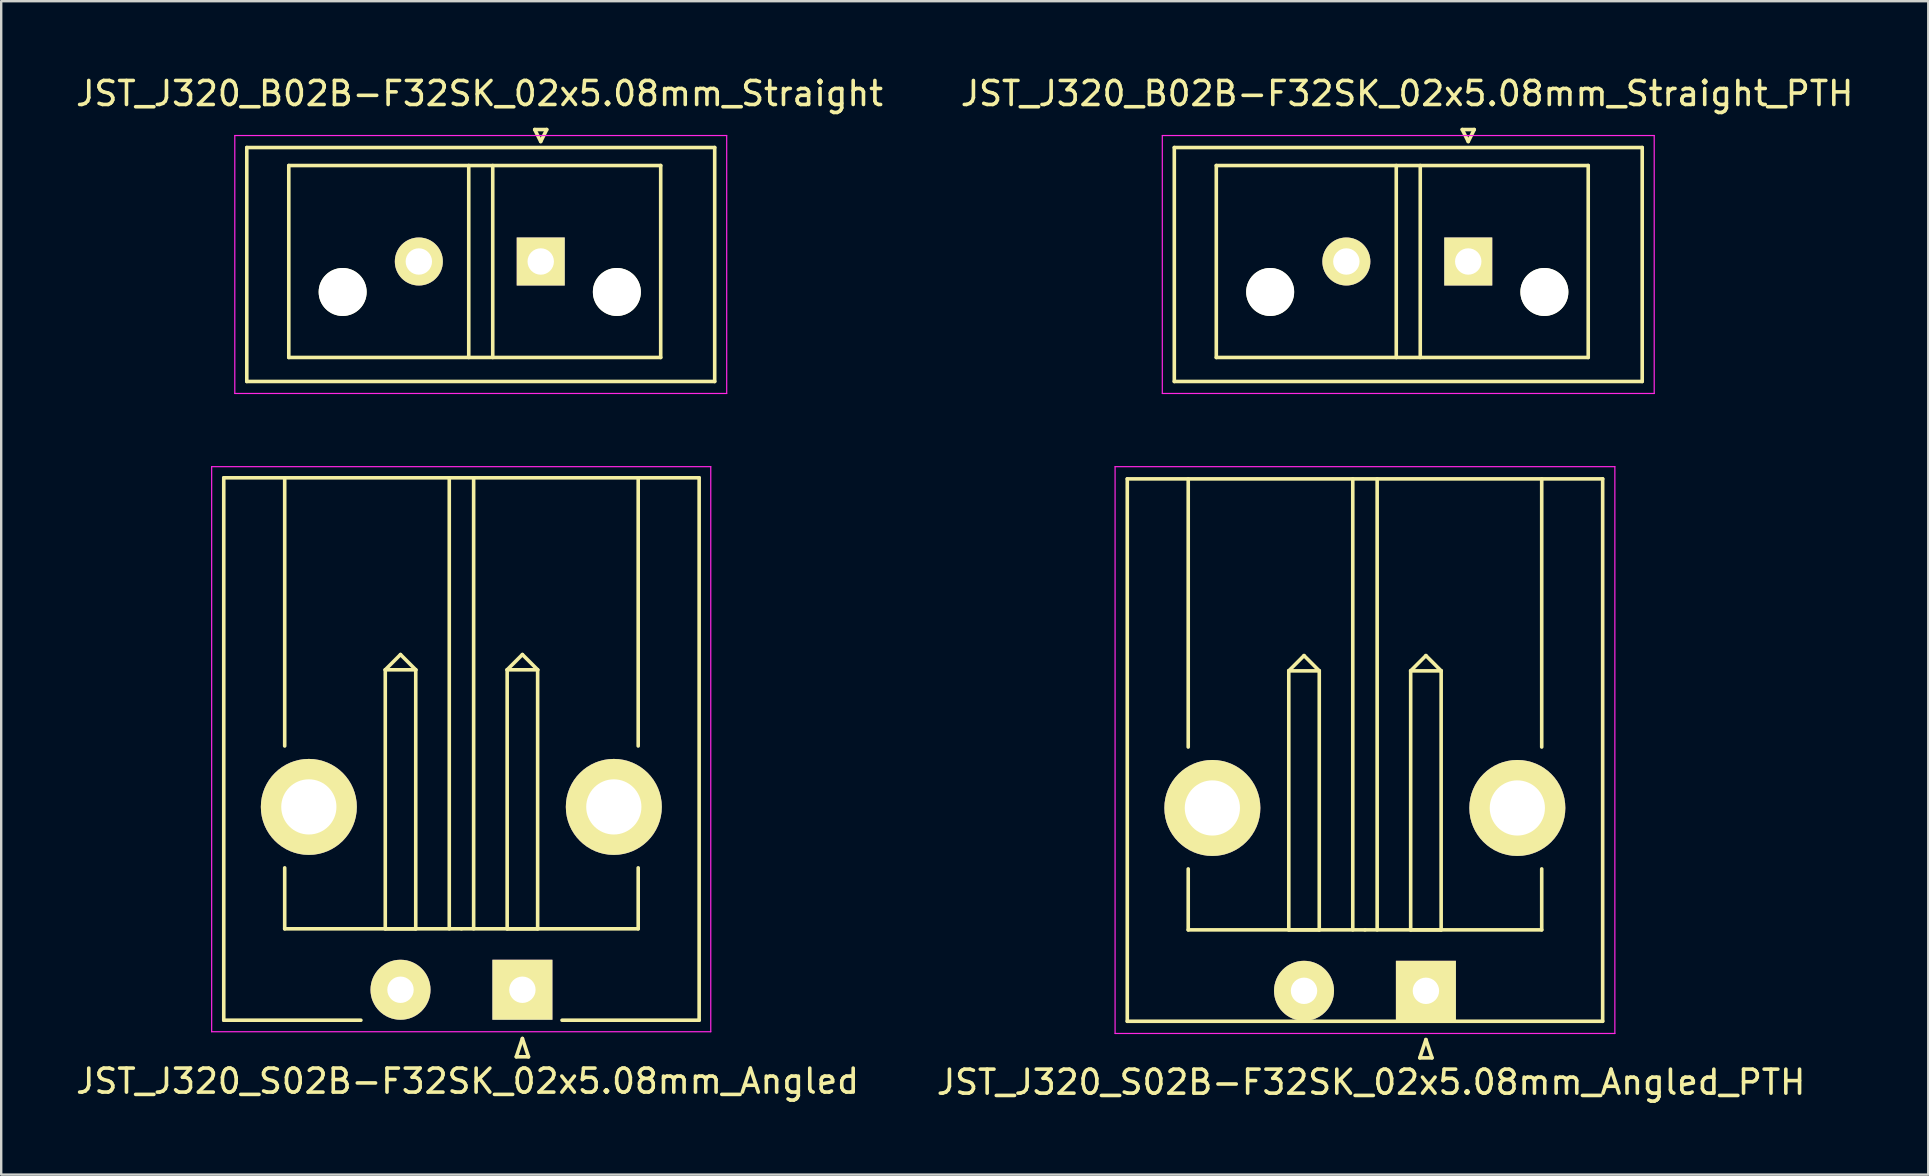
<source format=kicad_pcb>
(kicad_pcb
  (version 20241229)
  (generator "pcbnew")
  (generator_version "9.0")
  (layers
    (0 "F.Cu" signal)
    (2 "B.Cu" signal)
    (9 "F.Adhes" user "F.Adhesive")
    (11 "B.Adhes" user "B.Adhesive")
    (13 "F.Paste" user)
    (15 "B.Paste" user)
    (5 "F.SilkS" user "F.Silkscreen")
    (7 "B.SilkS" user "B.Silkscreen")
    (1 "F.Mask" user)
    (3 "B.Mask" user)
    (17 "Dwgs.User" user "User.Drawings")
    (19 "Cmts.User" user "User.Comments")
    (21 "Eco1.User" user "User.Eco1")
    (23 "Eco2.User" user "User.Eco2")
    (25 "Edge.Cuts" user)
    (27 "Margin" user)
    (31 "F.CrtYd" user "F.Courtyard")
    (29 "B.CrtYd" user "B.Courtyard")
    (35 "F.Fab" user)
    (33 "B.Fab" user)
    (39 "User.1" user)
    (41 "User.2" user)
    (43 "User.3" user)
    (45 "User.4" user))
  (footprint "JST_J320_B02B-F32SK_02x5.08mm_Straight_PTH"
    (layer "F.Cu")
    (at 58.139 7.848)
    (property "Reference" "JST_J320_B02B-F32SK_02x5.08mm_Straight_PTH" (at -2.55 -7 0) (layer "F.SilkS") (effects (font (size 1 1) (thickness 0.15))))
    (attr through_hole)
    (fp_line (start -12.25 -4.75) (end -12.25 5) (stroke (width 0.15) (type solid)) (layer "F.SilkS"))
    (fp_line (start -10.5 -4) (end 5 -4) (stroke (width 0.15) (type solid)) (layer "F.SilkS"))
    (fp_line (start -10.5 4) (end -10.5 -4) (stroke (width 0.15) (type solid)) (layer "F.SilkS"))
    (fp_line (start -3 4) (end -3 -4) (stroke (width 0.15) (type solid)) (layer "F.SilkS"))
    (fp_line (start -2 -4) (end -2 4) (stroke (width 0.15) (type solid)) (layer "F.SilkS"))
    (fp_line (start -0.25 -5.5) (end 0 -5) (stroke (width 0.15) (type solid)) (layer "F.SilkS"))
    (fp_line (start 0 -5) (end 0.25 -5.5) (stroke (width 0.15) (type solid)) (layer "F.SilkS"))
    (fp_line (start 0.25 -5.5) (end -0.25 -5.5) (stroke (width 0.15) (type solid)) (layer "F.SilkS"))
    (fp_line (start 5 -4) (end 5 4) (stroke (width 0.15) (type solid)) (layer "F.SilkS"))
    (fp_line (start 5 4) (end -10.5 4) (stroke (width 0.15) (type solid)) (layer "F.SilkS"))
    (fp_line (start 7.25 -4.75) (end -12.25 -4.75) (stroke (width 0.15) (type solid)) (layer "F.SilkS"))
    (fp_line (start 7.25 -4.75) (end 7.25 5) (stroke (width 0.15) (type solid)) (layer "F.SilkS"))
    (fp_line (start 7.25 5) (end -12.25 5) (stroke (width 0.15) (type solid)) (layer "F.SilkS"))
    (fp_line (start -12.75 -5.25) (end -12.75 5.5) (stroke (width 0.05) (type solid)) (layer "F.CrtYd"))
    (fp_line (start -12.75 5.5) (end 7.75 5.5) (stroke (width 0.05) (type solid)) (layer "F.CrtYd"))
    (fp_line (start 7.75 -5.25) (end -12.75 -5.25) (stroke (width 0.05) (type solid)) (layer "F.CrtYd"))
    (fp_line (start 7.75 5.5) (end 7.75 -5.25) (stroke (width 0.05) (type solid)) (layer "F.CrtYd"))
    (pad "" np_thru_hole circle (at -8.255 1.27) (size 2 2) (drill 2) (layers "*.Cu" "*.Mask" "F.SilkS"))
    (pad "" np_thru_hole circle (at 3.173 1.27) (size 2 2) (drill 2) (layers "*.Cu" "*.Mask" "F.SilkS"))
    (pad "1" thru_hole rect (at 0 0) (size 2 2) (drill 1.1) (layers "*.Cu" "*.Mask" "F.SilkS"))
    (pad "2" thru_hole circle (at -5.08 0) (size 2 2) (drill 1.1) (layers "*.Cu" "*.Mask" "F.SilkS")))
  (footprint "JST_J320_B02B-F32SK_02x5.08mm_Straight"
    (layer "F.Cu")
    (at 19.485 7.848)
    (property "Reference" "JST_J320_B02B-F32SK_02x5.08mm_Straight" (at -2.55 -7 0) (layer "F.SilkS") (effects (font (size 1 1) (thickness 0.15))))
    (attr through_hole)
    (fp_line (start -12.25 -4.75) (end -12.25 5) (stroke (width 0.15) (type solid)) (layer "F.SilkS"))
    (fp_line (start -10.5 -4) (end 5 -4) (stroke (width 0.15) (type solid)) (layer "F.SilkS"))
    (fp_line (start -10.5 4) (end -10.5 -4) (stroke (width 0.15) (type solid)) (layer "F.SilkS"))
    (fp_line (start -3 4) (end -3 -4) (stroke (width 0.15) (type solid)) (layer "F.SilkS"))
    (fp_line (start -2 -4) (end -2 4) (stroke (width 0.15) (type solid)) (layer "F.SilkS"))
    (fp_line (start -0.25 -5.5) (end 0 -5) (stroke (width 0.15) (type solid)) (layer "F.SilkS"))
    (fp_line (start 0 -5) (end 0.25 -5.5) (stroke (width 0.15) (type solid)) (layer "F.SilkS"))
    (fp_line (start 0.25 -5.5) (end -0.25 -5.5) (stroke (width 0.15) (type solid)) (layer "F.SilkS"))
    (fp_line (start 5 -4) (end 5 4) (stroke (width 0.15) (type solid)) (layer "F.SilkS"))
    (fp_line (start 5 4) (end -10.5 4) (stroke (width 0.15) (type solid)) (layer "F.SilkS"))
    (fp_line (start 7.25 -4.75) (end -12.25 -4.75) (stroke (width 0.15) (type solid)) (layer "F.SilkS"))
    (fp_line (start 7.25 -4.75) (end 7.25 5) (stroke (width 0.15) (type solid)) (layer "F.SilkS"))
    (fp_line (start 7.25 5) (end -12.25 5) (stroke (width 0.15) (type solid)) (layer "F.SilkS"))
    (fp_line (start -12.75 -5.25) (end -12.75 5.5) (stroke (width 0.05) (type solid)) (layer "F.CrtYd"))
    (fp_line (start -12.75 5.5) (end 7.75 5.5) (stroke (width 0.05) (type solid)) (layer "F.CrtYd"))
    (fp_line (start 7.75 -5.25) (end -12.75 -5.25) (stroke (width 0.05) (type solid)) (layer "F.CrtYd"))
    (fp_line (start 7.75 5.5) (end 7.75 -5.25) (stroke (width 0.05) (type solid)) (layer "F.CrtYd"))
    (pad "" np_thru_hole circle (at -8.255 1.27) (size 2 2) (drill 2) (layers "*.Cu" "*.Mask" "F.SilkS"))
    (pad "" np_thru_hole circle (at 3.173 1.27) (size 2 2) (drill 2) (layers "*.Cu" "*.Mask" "F.SilkS"))
    (pad "1" thru_hole rect (at 0 0) (size 2 2) (drill 1.1) (layers "*.Cu" "*.Mask" "F.SilkS"))
    (pad "2" thru_hole circle (at -5.08 0) (size 2 2) (drill 1.1) (layers "*.Cu" "*.Mask" "F.SilkS")))
  (footprint "JST_J320_S02B-F32SK_02x5.08mm_Angled_PTH"
    (layer "F.Cu")
    (at 56.375 38.242)
    (property "Reference" "JST_J320_S02B-F32SK_02x5.08mm_Angled_PTH" (at -2.286 3.81 0) (layer "F.SilkS") (effects (font (size 1 1) (thickness 0.15))))
    (attr through_hole)
    (fp_line (start -12.446 -21.336) (end -12.446 1.27) (stroke (width 0.15) (type solid)) (layer "F.SilkS"))
    (fp_line (start -9.906 -21.336) (end -9.906 -10.16) (stroke (width 0.15) (type solid)) (layer "F.SilkS"))
    (fp_line (start -9.906 -2.54) (end -9.906 -5.08) (stroke (width 0.15) (type solid)) (layer "F.SilkS"))
    (fp_line (start -5.715 -13.335) (end -4.445 -13.335) (stroke (width 0.15) (type solid)) (layer "F.SilkS"))
    (fp_line (start -5.715 -2.54) (end -5.715 -13.335) (stroke (width 0.15) (type solid)) (layer "F.SilkS"))
    (fp_line (start -5.08 -13.97) (end -5.715 -13.335) (stroke (width 0.15) (type solid)) (layer "F.SilkS"))
    (fp_line (start -4.445 -13.335) (end -5.08 -13.97) (stroke (width 0.15) (type solid)) (layer "F.SilkS"))
    (fp_line (start -4.445 -13.335) (end -4.445 -2.54) (stroke (width 0.15) (type solid)) (layer "F.SilkS"))
    (fp_line (start -4.445 -2.54) (end -5.715 -2.54) (stroke (width 0.15) (type solid)) (layer "F.SilkS"))
    (fp_line (start -3.048 -2.54) (end -3.048 -21.336) (stroke (width 0.15) (type solid)) (layer "F.SilkS"))
    (fp_line (start -2.54 -2.54) (end -9.906 -2.54) (stroke (width 0.15) (type solid)) (layer "F.SilkS"))
    (fp_line (start -2.54 -2.54) (end 4.826 -2.54) (stroke (width 0.15) (type solid)) (layer "F.SilkS"))
    (fp_line (start -2.032 -21.336) (end -2.032 -2.54) (stroke (width 0.15) (type solid)) (layer "F.SilkS"))
    (fp_line (start -0.635 -13.335) (end -0.635 -2.54) (stroke (width 0.15) (type solid)) (layer "F.SilkS"))
    (fp_line (start -0.635 -2.54) (end 0.635 -2.54) (stroke (width 0.15) (type solid)) (layer "F.SilkS"))
    (fp_line (start -0.254 2.794) (end 0 2.032) (stroke (width 0.15) (type solid)) (layer "F.SilkS"))
    (fp_line (start 0 -13.97) (end -0.635 -13.335) (stroke (width 0.15) (type solid)) (layer "F.SilkS"))
    (fp_line (start 0 2.032) (end 0.254 2.794) (stroke (width 0.15) (type solid)) (layer "F.SilkS"))
    (fp_line (start 0.254 2.794) (end -0.254 2.794) (stroke (width 0.15) (type solid)) (layer "F.SilkS"))
    (fp_line (start 0.635 -13.335) (end -0.635 -13.335) (stroke (width 0.15) (type solid)) (layer "F.SilkS"))
    (fp_line (start 0.635 -13.335) (end 0 -13.97) (stroke (width 0.15) (type solid)) (layer "F.SilkS"))
    (fp_line (start 0.635 -2.54) (end 0.635 -13.335) (stroke (width 0.15) (type solid)) (layer "F.SilkS"))
    (fp_line (start 4.826 -21.336) (end 4.826 -10.16) (stroke (width 0.15) (type solid)) (layer "F.SilkS"))
    (fp_line (start 4.826 -2.54) (end 4.826 -5.08) (stroke (width 0.15) (type solid)) (layer "F.SilkS"))
    (fp_line (start 7.366 -21.336) (end -12.446 -21.336) (stroke (width 0.15) (type solid)) (layer "F.SilkS"))
    (fp_line (start 7.366 -21.336) (end 7.366 1.27) (stroke (width 0.15) (type solid)) (layer "F.SilkS"))
    (fp_line (start 7.366 1.27) (end -12.446 1.27) (stroke (width 0.15) (type solid)) (layer "F.SilkS"))
    (fp_line (start -12.954 -21.844) (end -12.954 1.778) (stroke (width 0.05) (type solid)) (layer "F.CrtYd"))
    (fp_line (start -12.954 1.778) (end 7.874 1.778) (stroke (width 0.05) (type solid)) (layer "F.CrtYd"))
    (fp_line (start 7.874 -21.844) (end -12.954 -21.844) (stroke (width 0.05) (type solid)) (layer "F.CrtYd"))
    (fp_line (start 7.874 1.778) (end 7.874 -21.844) (stroke (width 0.05) (type solid)) (layer "F.CrtYd"))
    (pad "" np_thru_hole circle (at -8.9 -7.62) (size 4 4) (drill 2.3) (layers "*.Cu" "*.Mask" "F.SilkS"))
    (pad "" np_thru_hole circle (at 3.81 -7.62) (size 4 4) (drill 2.3) (layers "*.Cu" "*.Mask" "F.SilkS"))
    (pad "1" thru_hole rect (at 0 0) (size 2.5 2.5) (drill 1.1) (layers "*.Cu" "*.Mask" "F.SilkS"))
    (pad "2" thru_hole circle (at -5.08 0) (size 2.5 2.5) (drill 1.1) (layers "*.Cu" "*.Mask" "F.SilkS")))
  (footprint "JST_J320_S02B-F32SK_02x5.08mm_Angled"
    (layer "F.Cu")
    (at 18.721 38.198)
    (property "Reference" "JST_J320_S02B-F32SK_02x5.08mm_Angled" (at -2.286 3.81 0) (layer "F.SilkS") (effects (font (size 1 1) (thickness 0.15))))
    (attr through_hole)
    (fp_line (start -12.446 -21.336) (end -12.446 1.27) (stroke (width 0.15) (type solid)) (layer "F.SilkS"))
    (fp_line (start -9.906 -21.336) (end -9.906 -10.16) (stroke (width 0.15) (type solid)) (layer "F.SilkS"))
    (fp_line (start -9.906 -2.54) (end -9.906 -5.08) (stroke (width 0.15) (type solid)) (layer "F.SilkS"))
    (fp_line (start -6.731 1.27) (end -12.446 1.27) (stroke (width 0.15) (type solid)) (layer "F.SilkS"))
    (fp_line (start -5.715 -13.335) (end -4.445 -13.335) (stroke (width 0.15) (type solid)) (layer "F.SilkS"))
    (fp_line (start -5.715 -2.54) (end -5.715 -13.335) (stroke (width 0.15) (type solid)) (layer "F.SilkS"))
    (fp_line (start -5.08 -13.97) (end -5.715 -13.335) (stroke (width 0.15) (type solid)) (layer "F.SilkS"))
    (fp_line (start -4.445 -13.335) (end -5.08 -13.97) (stroke (width 0.15) (type solid)) (layer "F.SilkS"))
    (fp_line (start -4.445 -13.335) (end -4.445 -2.54) (stroke (width 0.15) (type solid)) (layer "F.SilkS"))
    (fp_line (start -4.445 -2.54) (end -5.715 -2.54) (stroke (width 0.15) (type solid)) (layer "F.SilkS"))
    (fp_line (start -3.048 -2.54) (end -3.048 -21.336) (stroke (width 0.15) (type solid)) (layer "F.SilkS"))
    (fp_line (start -2.54 -2.54) (end -9.906 -2.54) (stroke (width 0.15) (type solid)) (layer "F.SilkS"))
    (fp_line (start -2.54 -2.54) (end 4.826 -2.54) (stroke (width 0.15) (type solid)) (layer "F.SilkS"))
    (fp_line (start -2.032 -21.336) (end -2.032 -2.54) (stroke (width 0.15) (type solid)) (layer "F.SilkS"))
    (fp_line (start -0.635 -13.335) (end -0.635 -2.54) (stroke (width 0.15) (type solid)) (layer "F.SilkS"))
    (fp_line (start -0.635 -2.54) (end 0.635 -2.54) (stroke (width 0.15) (type solid)) (layer "F.SilkS"))
    (fp_line (start -0.254 2.794) (end 0 2.032) (stroke (width 0.15) (type solid)) (layer "F.SilkS"))
    (fp_line (start 0 -13.97) (end -0.635 -13.335) (stroke (width 0.15) (type solid)) (layer "F.SilkS"))
    (fp_line (start 0 2.032) (end 0.254 2.794) (stroke (width 0.15) (type solid)) (layer "F.SilkS"))
    (fp_line (start 0.254 2.794) (end -0.254 2.794) (stroke (width 0.15) (type solid)) (layer "F.SilkS"))
    (fp_line (start 0.635 -13.335) (end -0.635 -13.335) (stroke (width 0.15) (type solid)) (layer "F.SilkS"))
    (fp_line (start 0.635 -13.335) (end 0 -13.97) (stroke (width 0.15) (type solid)) (layer "F.SilkS"))
    (fp_line (start 0.635 -2.54) (end 0.635 -13.335) (stroke (width 0.15) (type solid)) (layer "F.SilkS"))
    (fp_line (start 4.826 -21.336) (end 4.826 -10.16) (stroke (width 0.15) (type solid)) (layer "F.SilkS"))
    (fp_line (start 4.826 -2.54) (end 4.826 -5.08) (stroke (width 0.15) (type solid)) (layer "F.SilkS"))
    (fp_line (start 7.366 -21.336) (end -12.446 -21.336) (stroke (width 0.15) (type solid)) (layer "F.SilkS"))
    (fp_line (start 7.366 -21.336) (end 7.366 1.27) (stroke (width 0.15) (type solid)) (layer "F.SilkS"))
    (fp_line (start 7.366 1.27) (end 1.651 1.27) (stroke (width 0.15) (type solid)) (layer "F.SilkS"))
    (fp_line (start -12.95 -21.8) (end -12.95 1.75) (stroke (width 0.05) (type solid)) (layer "F.CrtYd"))
    (fp_line (start -12.95 1.75) (end 7.85 1.75) (stroke (width 0.05) (type solid)) (layer "F.CrtYd"))
    (fp_line (start 7.85 -21.8) (end -12.95 -21.8) (stroke (width 0.05) (type solid)) (layer "F.CrtYd"))
    (fp_line (start 7.85 1.75) (end 7.85 -21.8) (stroke (width 0.05) (type solid)) (layer "F.CrtYd"))
    (pad "" np_thru_hole circle (at -8.9 -7.62) (size 4 4) (drill 2.3) (layers "*.Cu" "*.Mask" "F.SilkS"))
    (pad "" np_thru_hole circle (at 3.81 -7.62) (size 4 4) (drill 2.3) (layers "*.Cu" "*.Mask" "F.SilkS"))
    (pad "1" thru_hole rect (at 0 0) (size 2.5 2.5) (drill 1.1) (layers "*.Cu" "*.Mask" "F.SilkS"))
    (pad "2" thru_hole circle (at -5.08 0) (size 2.5 2.5) (drill 1.1) (layers "*.Cu" "*.Mask" "F.SilkS")))
  (gr_rect
    (start -3 -3)
    (end 77.31 45.901)
    (stroke (width 0.1) (type default))
    (fill no)
    (layer "Edge.Cuts")))
</source>
